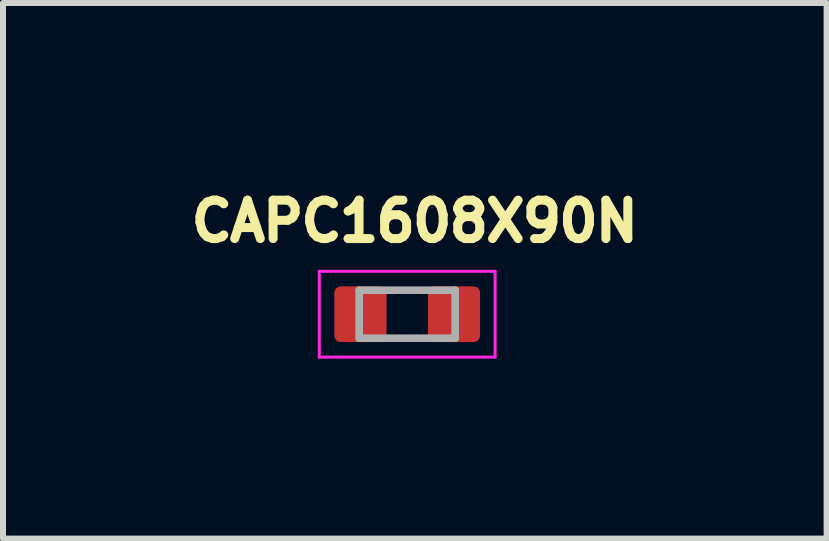
<source format=kicad_pcb>
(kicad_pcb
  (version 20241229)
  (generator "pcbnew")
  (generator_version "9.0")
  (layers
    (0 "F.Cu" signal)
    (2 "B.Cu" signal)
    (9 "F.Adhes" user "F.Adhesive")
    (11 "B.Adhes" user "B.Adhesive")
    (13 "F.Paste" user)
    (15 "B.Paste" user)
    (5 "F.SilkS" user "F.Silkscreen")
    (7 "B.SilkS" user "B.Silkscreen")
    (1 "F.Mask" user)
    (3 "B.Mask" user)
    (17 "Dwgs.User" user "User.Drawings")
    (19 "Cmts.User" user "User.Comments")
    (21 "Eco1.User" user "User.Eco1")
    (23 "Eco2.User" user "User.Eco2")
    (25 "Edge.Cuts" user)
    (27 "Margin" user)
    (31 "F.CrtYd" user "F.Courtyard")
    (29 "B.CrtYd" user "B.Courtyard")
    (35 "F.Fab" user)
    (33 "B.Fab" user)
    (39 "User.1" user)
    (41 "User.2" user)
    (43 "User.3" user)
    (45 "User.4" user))
  (footprint "CAPC1608X90N"
    (layer "F.Cu")
    (at 3.737 2.187)
    (property "Reference" "CAPC1608X90N" (at 0.127 -1.549 0) (layer "F.SilkS") (effects (font (size 0.64 0.64) (thickness 0.15))))
    (attr smd)
    (fp_line (start -1.465 -0.715) (end 1.465 -0.715) (stroke (width 0.05) (type solid)) (layer "F.CrtYd"))
    (fp_line (start -1.465 0.715) (end -1.465 -0.715) (stroke (width 0.05) (type solid)) (layer "F.CrtYd"))
    (fp_line (start 1.465 -0.715) (end 1.465 0.715) (stroke (width 0.05) (type solid)) (layer "F.CrtYd"))
    (fp_line (start 1.465 0.715) (end -1.465 0.715) (stroke (width 0.05) (type solid)) (layer "F.CrtYd"))
    (fp_line (start -0.8 -0.4) (end 0.8 -0.4) (stroke (width 0.127) (type solid)) (layer "F.Fab"))
    (fp_line (start -0.8 0.4) (end -0.8 -0.4) (stroke (width 0.127) (type solid)) (layer "F.Fab"))
    (fp_line (start 0.8 -0.4) (end 0.8 0.4) (stroke (width 0.127) (type solid)) (layer "F.Fab"))
    (fp_line (start 0.8 0.4) (end -0.8 0.4) (stroke (width 0.127) (type solid)) (layer "F.Fab"))
    (pad "1" smd roundrect (at -0.78 0) (size 0.87 0.93) (layers "F.Cu" "F.Mask" "F.Paste") (roundrect_rratio 0.125))
    (pad "2" smd roundrect (at 0.78 0) (size 0.87 0.93) (layers "F.Cu" "F.Mask" "F.Paste") (roundrect_rratio 0.125)))
  (gr_rect
    (start -3 -3)
    (end 10.728 5.927)
    (stroke (width 0.1) (type default))
    (fill no)
    (layer "Edge.Cuts")))
</source>
